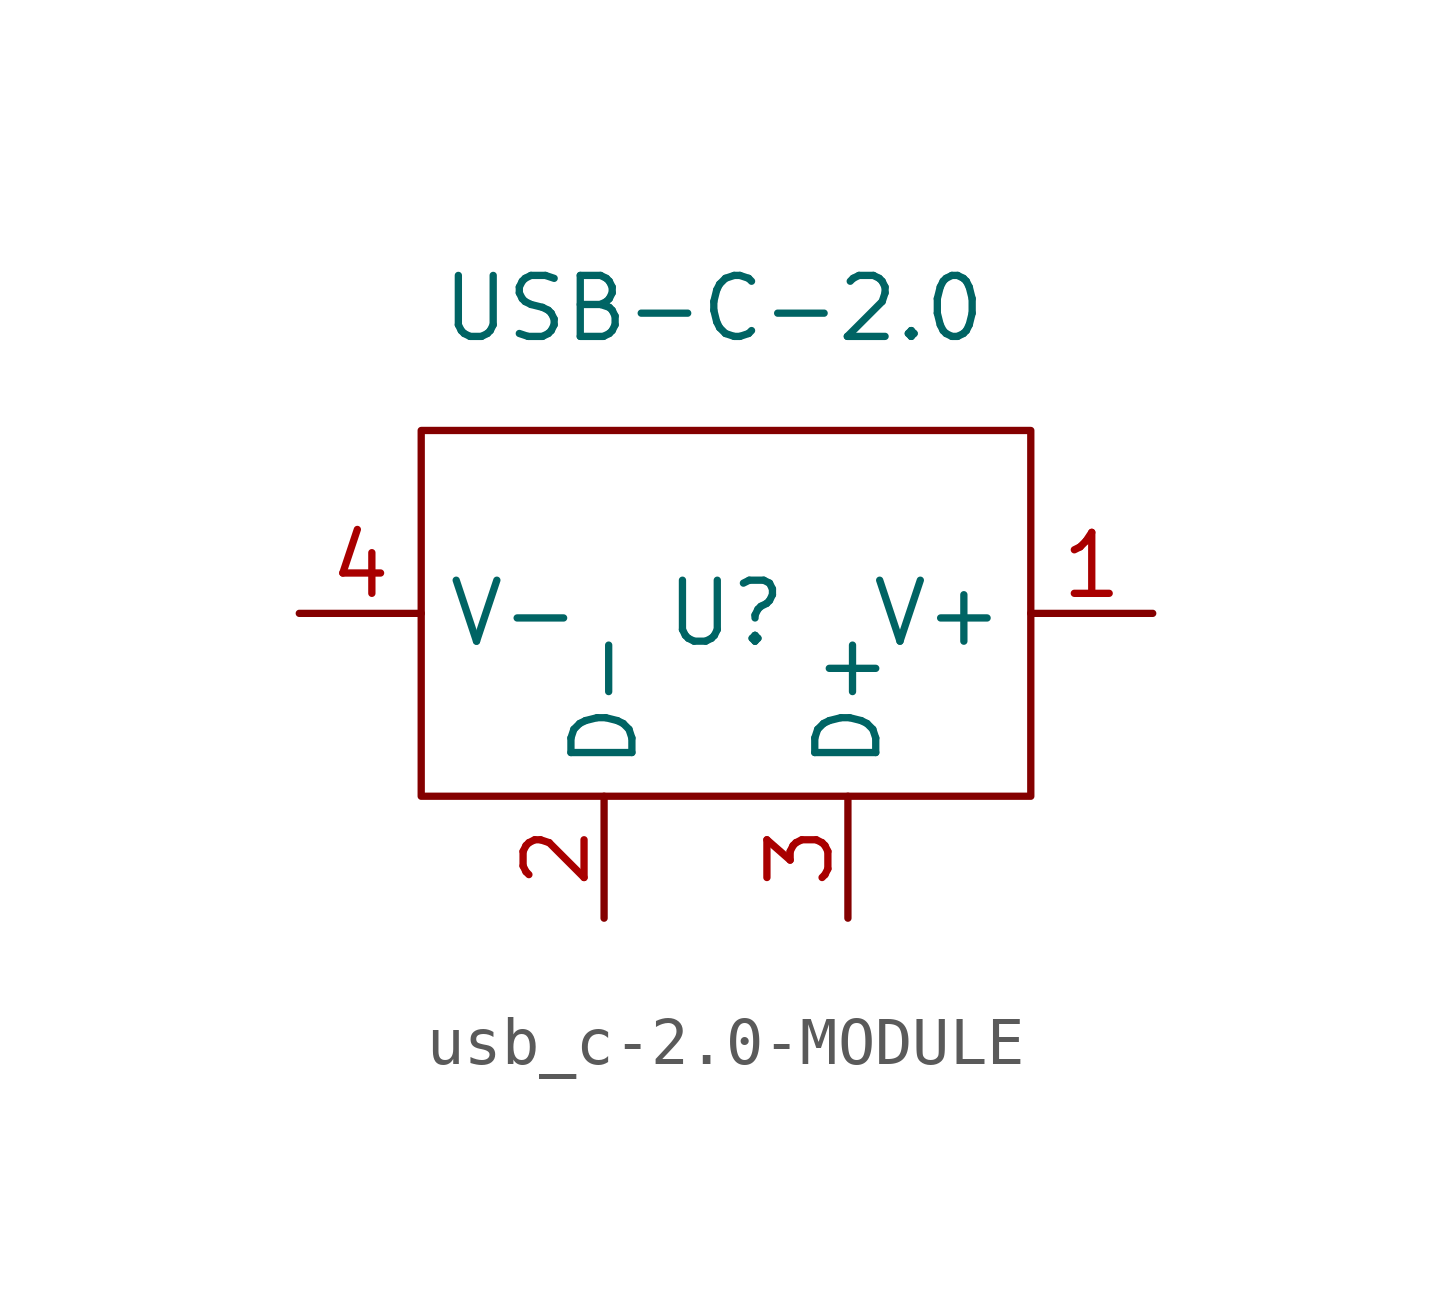
<source format=kicad_sym>
(kicad_symbol_lib
  (version 20241209)
  (generator "kicad_symbol_editor")
  (generator_version "9.0")
  (symbol "usb_c-2.0-MODULE"
    (property "Reference" "U"
      (at 0 0 0)
      (effects (font (size 1.27 1.27))))
    (property "Value" "USB-C-2.0"
      (at -0.254 6.35 0)
      (effects (font (size 1.27 1.27))))
    (symbol "usb_c-2.0-MODULE_0_1"
      (rectangle (start -6.35 3.81) (end 6.35 -3.81) (stroke (width 0) (type default)) (fill (type none))))
    (symbol "usb_c-2.0-MODULE_1_1"
      (pin power_out line (at -8.89 0 0) (length 2.54) (name "V-" (effects (font (size 1.27 1.27)))) (number "4" (effects (font (size 1.27 1.27)))))
      (pin bidirectional line (at -2.54 -6.35 90) (length 2.54) (name "D-" (effects (font (size 1.27 1.27)))) (number "2" (effects (font (size 1.27 1.27)))))
      (pin bidirectional line (at 2.54 -6.35 90) (length 2.54) (name "D+" (effects (font (size 1.27 1.27)))) (number "3" (effects (font (size 1.27 1.27)))))
      (pin power_in line (at 8.89 0 180) (length 2.54) (name "V+" (effects (font (size 1.27 1.27)))) (number "1" (effects (font (size 1.27 1.27))))))))
</source>
